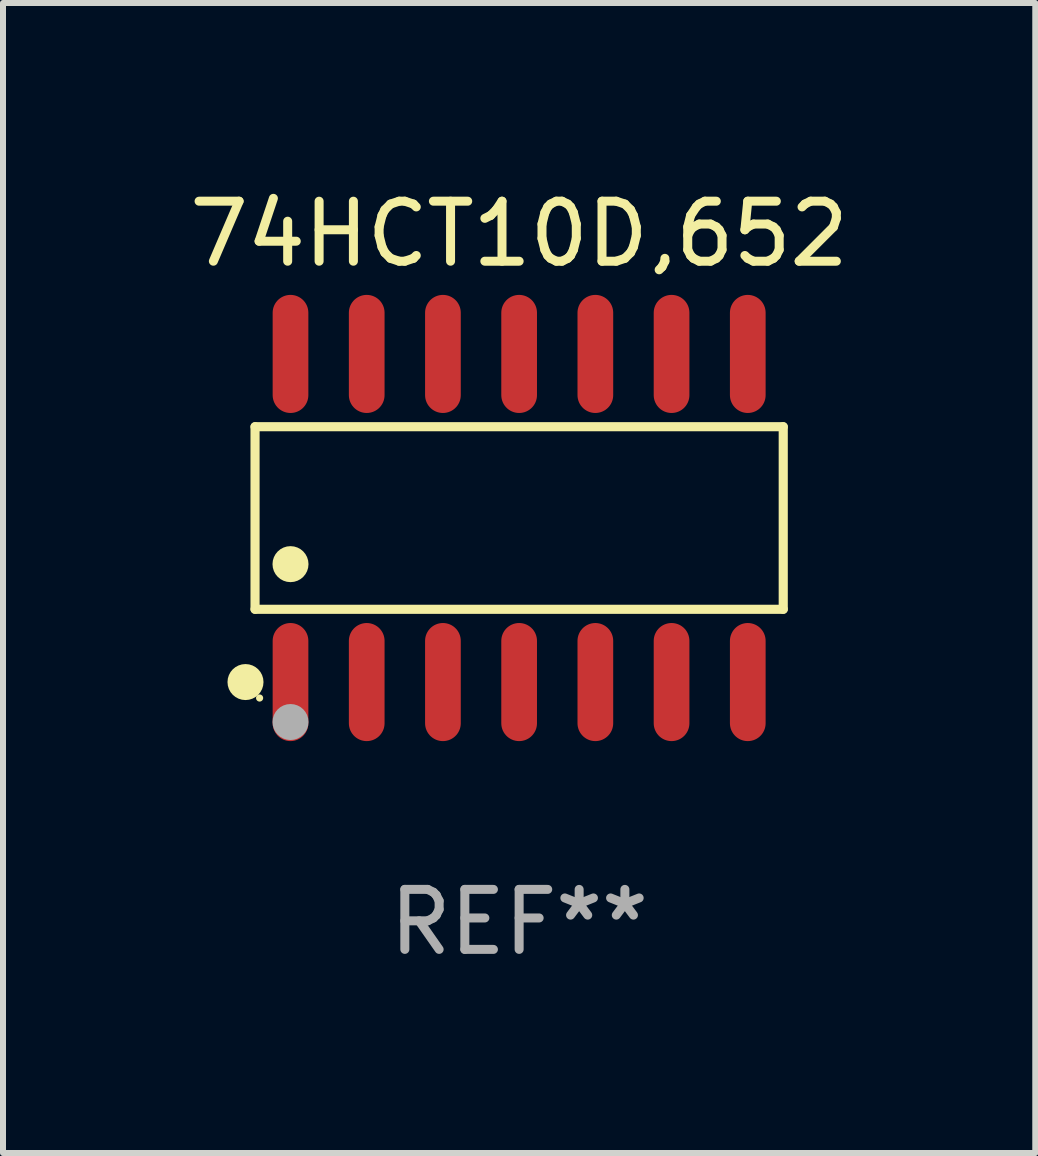
<source format=kicad_pcb>
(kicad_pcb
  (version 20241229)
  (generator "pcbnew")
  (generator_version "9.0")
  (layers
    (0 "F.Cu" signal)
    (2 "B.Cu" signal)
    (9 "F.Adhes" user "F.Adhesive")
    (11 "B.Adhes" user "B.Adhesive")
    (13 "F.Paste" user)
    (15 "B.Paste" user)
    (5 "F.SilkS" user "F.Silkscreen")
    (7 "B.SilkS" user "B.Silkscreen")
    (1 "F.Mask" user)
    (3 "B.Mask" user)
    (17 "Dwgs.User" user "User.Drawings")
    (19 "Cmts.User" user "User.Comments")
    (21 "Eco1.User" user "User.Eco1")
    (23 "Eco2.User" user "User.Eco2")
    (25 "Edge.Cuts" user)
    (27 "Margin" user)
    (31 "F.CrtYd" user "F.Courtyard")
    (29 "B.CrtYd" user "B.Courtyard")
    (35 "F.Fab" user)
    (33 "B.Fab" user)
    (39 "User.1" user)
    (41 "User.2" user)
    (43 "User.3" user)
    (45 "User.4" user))
  (footprint "74HCT10D,652"
    (layer "F.Cu")
    (at 5.601 5.582)
    (property "Reference" "74HCT10D,652" (at 0 -4.734 0) (layer "F.SilkS") (effects (font (size 1 1) (thickness 0.15))))
    (attr through_hole)
    (fp_line (start -4.401 -1.521) (end 4.401 -1.521) (stroke (width 0.152) (type solid)) (layer "F.SilkS"))
    (fp_line (start -4.401 1.521) (end -4.401 -1.521) (stroke (width 0.152) (type solid)) (layer "F.SilkS"))
    (fp_line (start 4.401 -1.521) (end 4.401 1.521) (stroke (width 0.152) (type solid)) (layer "F.SilkS"))
    (fp_line (start 4.401 1.521) (end -4.401 1.521) (stroke (width 0.152) (type solid)) (layer "F.SilkS"))
    (fp_circle (center -4.56 2.734) (end -4.41 2.734) (stroke (width 0.3) (type solid)) (fill no) (layer "F.SilkS"))
    (fp_circle (center -4.325 3) (end -4.295 3) (stroke (width 0.06) (type solid)) (fill no) (layer "F.SilkS"))
    (fp_circle (center -3.81 0.769) (end -3.66 0.769) (stroke (width 0.3) (type solid)) (fill no) (layer "F.SilkS"))
    (fp_circle (center -3.81 3.4) (end -3.66 3.4) (stroke (width 0.3) (type solid)) (fill no) (layer "F.Fab"))
    (fp_text user "REF**" (at 0 6.734 0) (layer "F.Fab") (effects (font (size 1 1) (thickness 0.15))))
    (pad "1" smd oval (at -3.81 2.734) (size 0.595 1.968) (layers "F.Cu" "F.Mask" "F.Paste"))
    (pad "2" smd oval (at -2.54 2.734) (size 0.595 1.968) (layers "F.Cu" "F.Mask" "F.Paste"))
    (pad "3" smd oval (at -1.27 2.734) (size 0.595 1.968) (layers "F.Cu" "F.Mask" "F.Paste"))
    (pad "4" smd oval (at 0 2.734) (size 0.595 1.968) (layers "F.Cu" "F.Mask" "F.Paste"))
    (pad "5" smd oval (at 1.27 2.734) (size 0.595 1.968) (layers "F.Cu" "F.Mask" "F.Paste"))
    (pad "6" smd oval (at 2.54 2.734) (size 0.595 1.968) (layers "F.Cu" "F.Mask" "F.Paste"))
    (pad "7" smd oval (at 3.81 2.734) (size 0.595 1.968) (layers "F.Cu" "F.Mask" "F.Paste"))
    (pad "8" smd oval (at 3.81 -2.734) (size 0.595 1.968) (layers "F.Cu" "F.Mask" "F.Paste"))
    (pad "9" smd oval (at 2.54 -2.734) (size 0.595 1.968) (layers "F.Cu" "F.Mask" "F.Paste"))
    (pad "10" smd oval (at 1.27 -2.734) (size 0.595 1.968) (layers "F.Cu" "F.Mask" "F.Paste"))
    (pad "11" smd oval (at 0 -2.734) (size 0.595 1.968) (layers "F.Cu" "F.Mask" "F.Paste"))
    (pad "12" smd oval (at -1.27 -2.734) (size 0.595 1.968) (layers "F.Cu" "F.Mask" "F.Paste"))
    (pad "13" smd oval (at -2.54 -2.734) (size 0.595 1.968) (layers "F.Cu" "F.Mask" "F.Paste"))
    (pad "14" smd oval (at -3.81 -2.734) (size 0.595 1.968) (layers "F.Cu" "F.Mask" "F.Paste")))
  (gr_rect
    (start -3 -3)
    (end 14.202 16.164)
    (stroke (width 0.1) (type default))
    (fill no)
    (layer "Edge.Cuts")))
</source>
